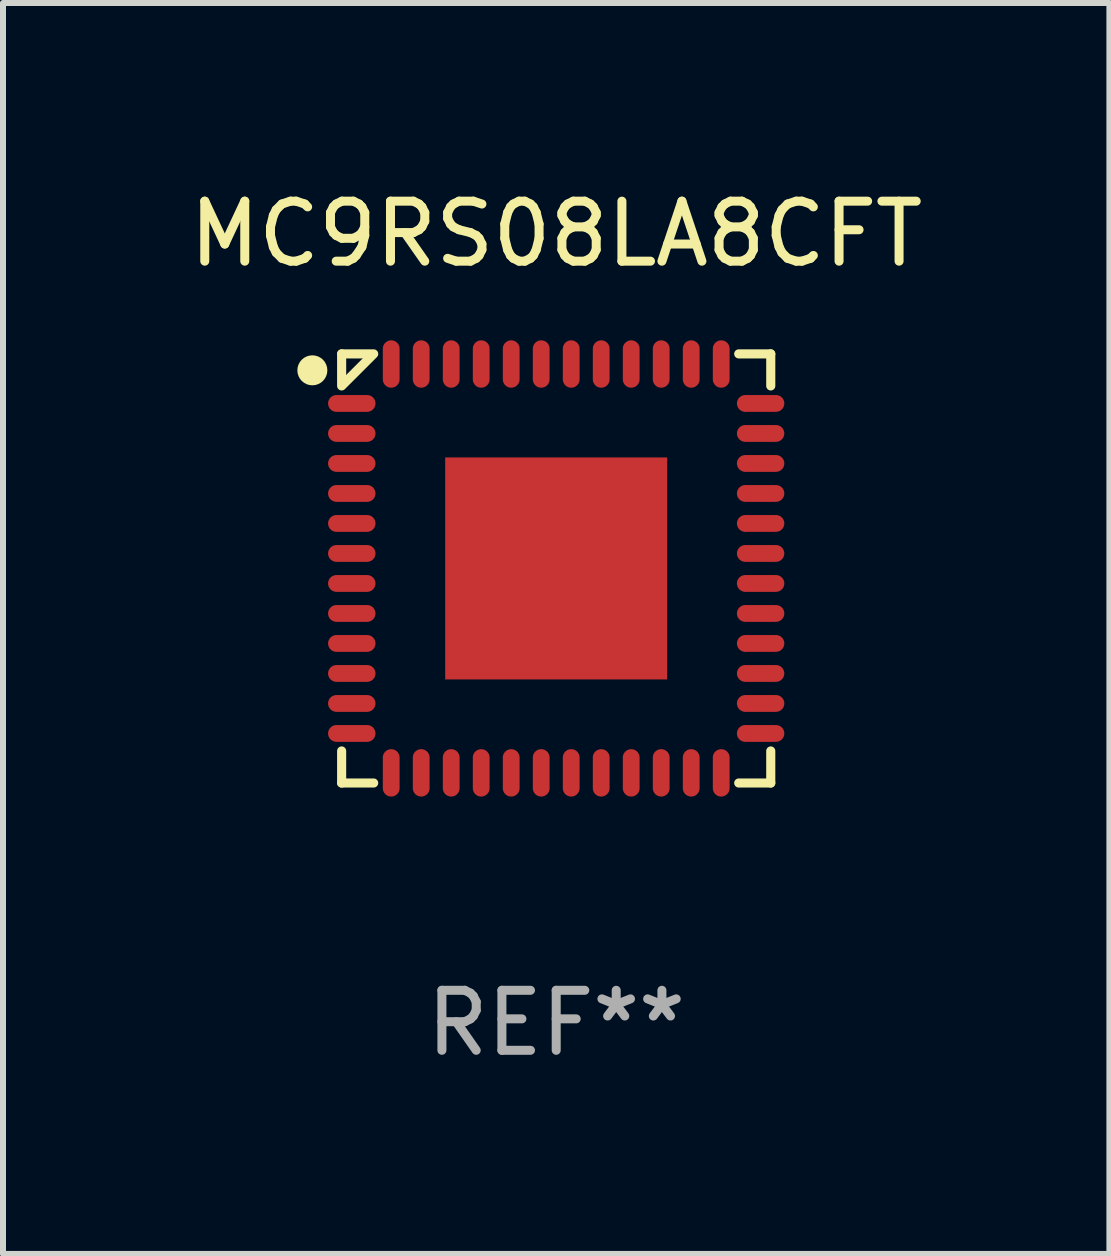
<source format=kicad_pcb>
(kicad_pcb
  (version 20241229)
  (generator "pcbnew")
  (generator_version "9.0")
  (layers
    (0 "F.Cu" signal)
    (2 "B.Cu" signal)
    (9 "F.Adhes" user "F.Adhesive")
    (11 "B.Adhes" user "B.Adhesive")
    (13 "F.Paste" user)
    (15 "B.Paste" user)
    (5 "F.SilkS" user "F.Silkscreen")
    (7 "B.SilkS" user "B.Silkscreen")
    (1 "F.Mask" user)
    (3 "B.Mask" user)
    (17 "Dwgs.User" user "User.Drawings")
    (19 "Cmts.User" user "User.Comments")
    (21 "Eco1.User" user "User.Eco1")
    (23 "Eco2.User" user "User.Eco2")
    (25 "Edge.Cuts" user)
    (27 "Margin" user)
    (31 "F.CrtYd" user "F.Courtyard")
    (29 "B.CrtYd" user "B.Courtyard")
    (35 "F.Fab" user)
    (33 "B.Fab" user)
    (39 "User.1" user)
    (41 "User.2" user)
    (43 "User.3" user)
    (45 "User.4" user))
  (footprint "MC9RS08LA8CFT"
    (layer "F.Cu")
    (at 6.22 6.424)
    (property "Reference" "MC9RS08LA8CFT" (at 0 -5.576 0) (layer "F.SilkS") (effects (font (size 1 1) (thickness 0.15))))
    (attr through_hole)
    (fp_line (start -3.576 -3.576) (end -3.042 -3.576) (stroke (width 0.152) (type solid)) (layer "F.SilkS"))
    (fp_line (start -3.576 -3.042) (end -3.576 -3.576) (stroke (width 0.152) (type solid)) (layer "F.SilkS"))
    (fp_line (start -3.576 3.042) (end -3.576 3.576) (stroke (width 0.152) (type solid)) (layer "F.SilkS"))
    (fp_line (start -3.576 3.576) (end -3.042 3.576) (stroke (width 0.152) (type solid)) (layer "F.SilkS"))
    (fp_line (start -3.069 -3.549) (end -3.549 -3.069) (stroke (width 0.152) (type solid)) (layer "F.SilkS"))
    (fp_line (start 3.576 -3.576) (end 3.042 -3.576) (stroke (width 0.152) (type solid)) (layer "F.SilkS"))
    (fp_line (start 3.576 -3.042) (end 3.576 -3.576) (stroke (width 0.152) (type solid)) (layer "F.SilkS"))
    (fp_line (start 3.576 3.042) (end 3.576 3.576) (stroke (width 0.152) (type solid)) (layer "F.SilkS"))
    (fp_line (start 3.576 3.576) (end 3.042 3.576) (stroke (width 0.152) (type solid)) (layer "F.SilkS"))
    (fp_circle (center -4.064 -3.302) (end -3.939 -3.302) (stroke (width 0.25) (type solid)) (fill no) (layer "F.SilkS"))
    (fp_text user "REF**" (at 0 7.576 0) (layer "F.Fab") (effects (font (size 1 1) (thickness 0.15))))
    (pad "1" smd oval (at -3.407 -2.75) (size 0.79 0.28) (layers "F.Cu" "F.Mask" "F.Paste"))
    (pad "2" smd oval (at -3.407 -2.25) (size 0.79 0.28) (layers "F.Cu" "F.Mask" "F.Paste"))
    (pad "3" smd oval (at -3.407 -1.75) (size 0.79 0.28) (layers "F.Cu" "F.Mask" "F.Paste"))
    (pad "4" smd oval (at -3.407 -1.25) (size 0.79 0.28) (layers "F.Cu" "F.Mask" "F.Paste"))
    (pad "5" smd oval (at -3.407 -0.75) (size 0.79 0.28) (layers "F.Cu" "F.Mask" "F.Paste"))
    (pad "6" smd oval (at -3.407 -0.25) (size 0.79 0.28) (layers "F.Cu" "F.Mask" "F.Paste"))
    (pad "7" smd oval (at -3.407 0.25) (size 0.79 0.28) (layers "F.Cu" "F.Mask" "F.Paste"))
    (pad "8" smd oval (at -3.407 0.75) (size 0.79 0.28) (layers "F.Cu" "F.Mask" "F.Paste"))
    (pad "9" smd oval (at -3.407 1.25) (size 0.79 0.28) (layers "F.Cu" "F.Mask" "F.Paste"))
    (pad "10" smd oval (at -3.407 1.75) (size 0.79 0.28) (layers "F.Cu" "F.Mask" "F.Paste"))
    (pad "11" smd oval (at -3.407 2.25) (size 0.79 0.28) (layers "F.Cu" "F.Mask" "F.Paste"))
    (pad "12" smd oval (at -3.407 2.75) (size 0.79 0.28) (layers "F.Cu" "F.Mask" "F.Paste"))
    (pad "13" smd oval (at -2.75 3.407) (size 0.28 0.79) (layers "F.Cu" "F.Mask" "F.Paste"))
    (pad "14" smd oval (at -2.25 3.407) (size 0.28 0.79) (layers "F.Cu" "F.Mask" "F.Paste"))
    (pad "15" smd oval (at -1.75 3.407) (size 0.28 0.79) (layers "F.Cu" "F.Mask" "F.Paste"))
    (pad "16" smd oval (at -1.25 3.407) (size 0.28 0.79) (layers "F.Cu" "F.Mask" "F.Paste"))
    (pad "17" smd oval (at -0.75 3.407) (size 0.28 0.79) (layers "F.Cu" "F.Mask" "F.Paste"))
    (pad "18" smd oval (at -0.25 3.407) (size 0.28 0.79) (layers "F.Cu" "F.Mask" "F.Paste"))
    (pad "19" smd oval (at 0.25 3.407) (size 0.28 0.79) (layers "F.Cu" "F.Mask" "F.Paste"))
    (pad "20" smd oval (at 0.75 3.407) (size 0.28 0.79) (layers "F.Cu" "F.Mask" "F.Paste"))
    (pad "21" smd oval (at 1.25 3.407) (size 0.28 0.79) (layers "F.Cu" "F.Mask" "F.Paste"))
    (pad "22" smd oval (at 1.75 3.407) (size 0.28 0.79) (layers "F.Cu" "F.Mask" "F.Paste"))
    (pad "23" smd oval (at 2.25 3.407) (size 0.28 0.79) (layers "F.Cu" "F.Mask" "F.Paste"))
    (pad "24" smd oval (at 2.75 3.407) (size 0.28 0.79) (layers "F.Cu" "F.Mask" "F.Paste"))
    (pad "25" smd oval (at 3.407 2.75) (size 0.79 0.28) (layers "F.Cu" "F.Mask" "F.Paste"))
    (pad "26" smd oval (at 3.407 2.25) (size 0.79 0.28) (layers "F.Cu" "F.Mask" "F.Paste"))
    (pad "27" smd oval (at 3.407 1.75) (size 0.79 0.28) (layers "F.Cu" "F.Mask" "F.Paste"))
    (pad "28" smd oval (at 3.407 1.25) (size 0.79 0.28) (layers "F.Cu" "F.Mask" "F.Paste"))
    (pad "29" smd oval (at 3.407 0.75) (size 0.79 0.28) (layers "F.Cu" "F.Mask" "F.Paste"))
    (pad "30" smd oval (at 3.407 0.25) (size 0.79 0.28) (layers "F.Cu" "F.Mask" "F.Paste"))
    (pad "31" smd oval (at 3.407 -0.25) (size 0.79 0.28) (layers "F.Cu" "F.Mask" "F.Paste"))
    (pad "32" smd oval (at 3.407 -0.75) (size 0.79 0.28) (layers "F.Cu" "F.Mask" "F.Paste"))
    (pad "33" smd oval (at 3.407 -1.25) (size 0.79 0.28) (layers "F.Cu" "F.Mask" "F.Paste"))
    (pad "34" smd oval (at 3.407 -1.75) (size 0.79 0.28) (layers "F.Cu" "F.Mask" "F.Paste"))
    (pad "35" smd oval (at 3.407 -2.25) (size 0.79 0.28) (layers "F.Cu" "F.Mask" "F.Paste"))
    (pad "36" smd oval (at 3.407 -2.75) (size 0.79 0.28) (layers "F.Cu" "F.Mask" "F.Paste"))
    (pad "37" smd oval (at 2.75 -3.407) (size 0.28 0.79) (layers "F.Cu" "F.Mask" "F.Paste"))
    (pad "38" smd oval (at 2.25 -3.407) (size 0.28 0.79) (layers "F.Cu" "F.Mask" "F.Paste"))
    (pad "39" smd oval (at 1.75 -3.407) (size 0.28 0.79) (layers "F.Cu" "F.Mask" "F.Paste"))
    (pad "40" smd oval (at 1.25 -3.407) (size 0.28 0.79) (layers "F.Cu" "F.Mask" "F.Paste"))
    (pad "41" smd oval (at 0.75 -3.407) (size 0.28 0.79) (layers "F.Cu" "F.Mask" "F.Paste"))
    (pad "42" smd oval (at 0.25 -3.407) (size 0.28 0.79) (layers "F.Cu" "F.Mask" "F.Paste"))
    (pad "43" smd oval (at -0.25 -3.407) (size 0.28 0.79) (layers "F.Cu" "F.Mask" "F.Paste"))
    (pad "44" smd oval (at -0.75 -3.407) (size 0.28 0.79) (layers "F.Cu" "F.Mask" "F.Paste"))
    (pad "45" smd oval (at -1.25 -3.407) (size 0.28 0.79) (layers "F.Cu" "F.Mask" "F.Paste"))
    (pad "46" smd oval (at -1.75 -3.407) (size 0.28 0.79) (layers "F.Cu" "F.Mask" "F.Paste"))
    (pad "47" smd oval (at -2.25 -3.407) (size 0.28 0.79) (layers "F.Cu" "F.Mask" "F.Paste"))
    (pad "48" smd oval (at -2.75 -3.407) (size 0.28 0.79) (layers "F.Cu" "F.Mask" "F.Paste"))
    (pad "49" smd rect (at 0 0) (size 3.7 3.7) (layers "F.Cu" "F.Mask" "F.Paste")))
  (gr_rect
    (start -3 -3)
    (end 15.44 17.849)
    (stroke (width 0.1) (type default))
    (fill no)
    (layer "Edge.Cuts")))
</source>
